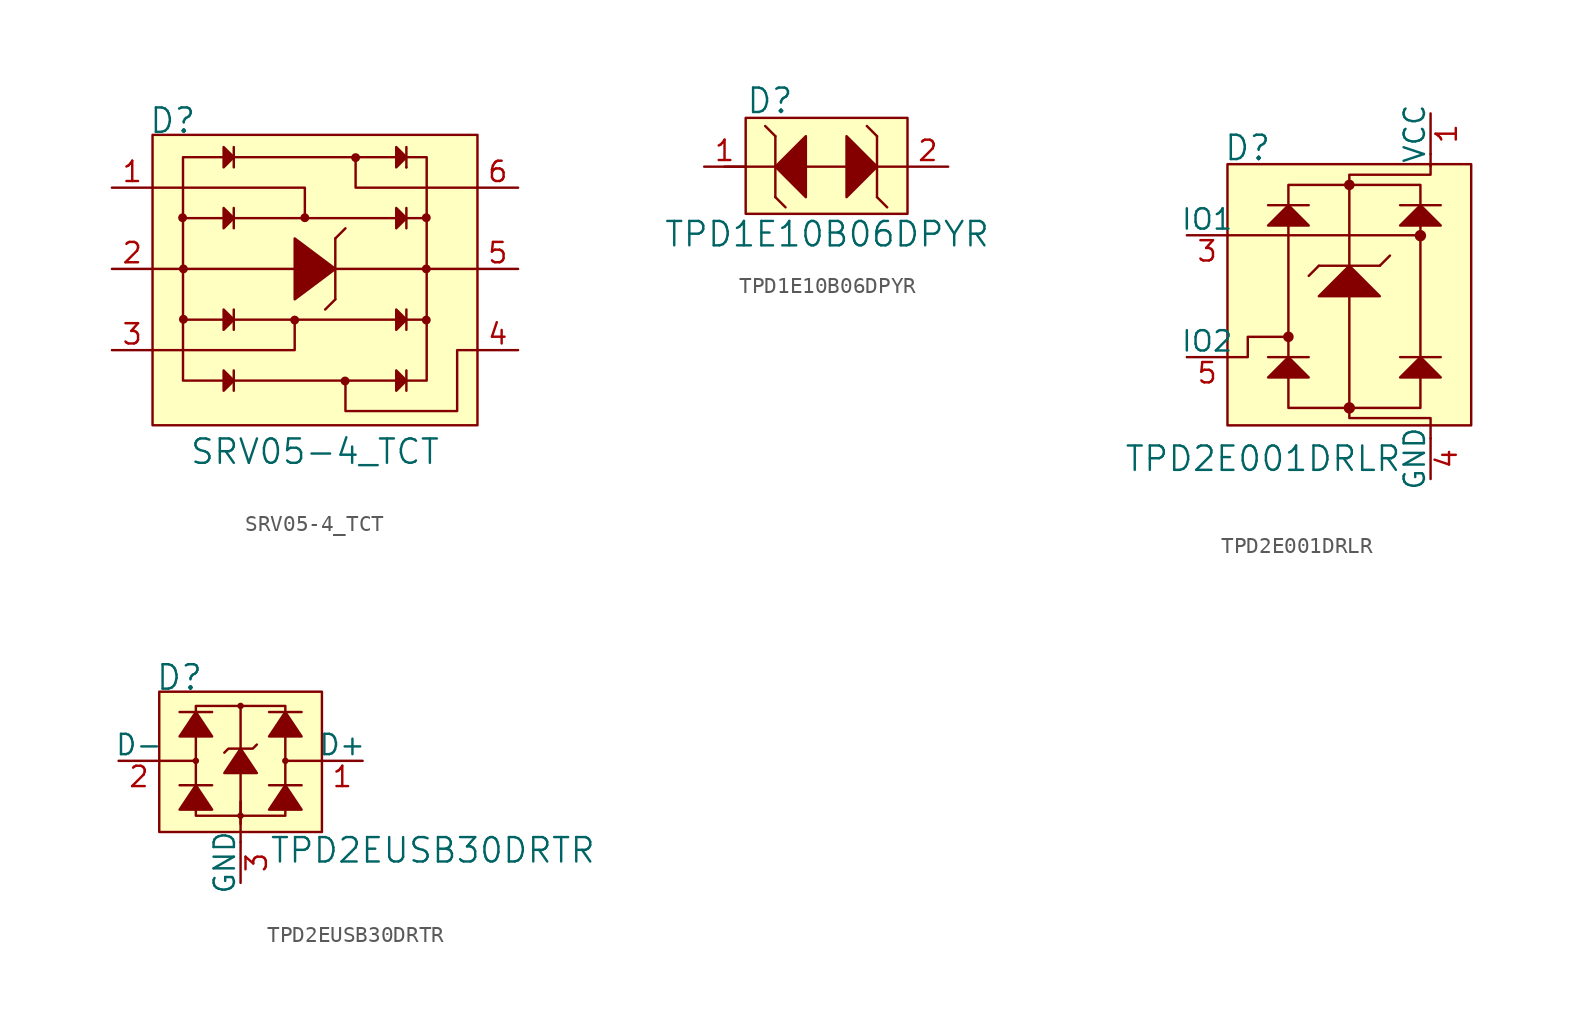
<source format=kicad_sym>
(kicad_symbol_lib
  (version 20201005)
  (generator kicad_symbol_editor)
  (symbol "SRV05-4_TCT"
    (pin_names
      (offset 1.016))
    (property "Reference" "D"
      (at -10.414 9.271 0)
      (effects (font (size 1.524 1.524)) (justify left)))
    (property "Value" "SRV05-4_TCT"
      (at 0 -11.43 0)
      (effects (font (size 1.524 1.524))))
    (symbol "SRV05-4_TCT_0_1"
      (circle (center -8.28 3.2) (radius 0.203) (stroke (width 0)) (fill (type outline)))
      (circle (center -8.23 -3.15) (radius 0.203) (stroke (width 0)) (fill (type outline)))
      (circle (center -8.23 0) (radius 0.203) (stroke (width 0)) (fill (type outline)))
      (circle (center -1.27 -3.2) (radius 0.203) (stroke (width 0)) (fill (type outline)))
      (circle (center -0.635 3.2) (radius 0.203) (stroke (width 0)) (fill (type outline)))
      (circle (center 1.88 -7.01) (radius 0.203) (stroke (width 0)) (fill (type outline)))
      (circle (center 2.54 6.96) (radius 0.203) (stroke (width 0)) (fill (type outline)))
      (circle (center 6.96 -3.2) (radius 0.203) (stroke (width 0)) (fill (type outline)))
      (circle (center 6.96 0) (radius 0.203) (stroke (width 0)) (fill (type outline)))
      (circle (center 6.96 3.2) (radius 0.203) (stroke (width 0)) (fill (type outline)))
      (rectangle (start -10.16 8.382) (end 10.16 -9.779) (stroke (width 0)) (fill (type background)))
      (polyline (pts (xy -5.715 -3.175) (xy -8.255 -3.175)) (stroke (width 0)) (fill (type none)))
      (polyline (pts (xy -5.715 3.175) (xy -8.255 3.175)) (stroke (width 0)) (fill (type none)))
      (polyline (pts (xy -5.08 -6.985) (xy 5.08 -6.985)) (stroke (width 0)) (fill (type none)))
      (polyline (pts (xy -5.08 -6.35) (xy -5.08 -7.62)) (stroke (width 0)) (fill (type none)))
      (polyline (pts (xy -5.08 -3.175) (xy 5.08 -3.175)) (stroke (width 0)) (fill (type none)))
      (polyline (pts (xy -5.08 -2.54) (xy -5.08 -3.81)) (stroke (width 0)) (fill (type none)))
      (polyline (pts (xy -5.08 3.175) (xy 5.08 3.175)) (stroke (width 0)) (fill (type none)))
      (polyline (pts (xy -5.08 3.81) (xy -5.08 2.54)) (stroke (width 0)) (fill (type none)))
      (polyline (pts (xy -5.08 6.985) (xy 5.08 6.985)) (stroke (width 0)) (fill (type none)))
      (polyline (pts (xy -5.08 7.62) (xy -5.08 6.35)) (stroke (width 0)) (fill (type none)))
      (polyline (pts (xy 1.27 -1.905) (xy 0.635 -2.54)) (stroke (width 0)) (fill (type none)))
      (polyline (pts (xy 1.27 1.905) (xy 1.27 -1.905)) (stroke (width 0)) (fill (type none)))
      (polyline (pts (xy 1.27 1.905) (xy 1.905 2.54)) (stroke (width 0)) (fill (type none)))
      (polyline (pts (xy 5.715 -6.35) (xy 5.715 -7.62)) (stroke (width 0)) (fill (type none)))
      (polyline (pts (xy 5.715 -3.175) (xy 6.985 -3.175)) (stroke (width 0)) (fill (type none)))
      (polyline (pts (xy 5.715 -2.54) (xy 5.715 -3.81)) (stroke (width 0)) (fill (type none)))
      (polyline (pts (xy 5.715 3.175) (xy 6.985 3.175)) (stroke (width 0)) (fill (type none)))
      (polyline (pts (xy 5.715 3.81) (xy 5.715 2.54)) (stroke (width 0)) (fill (type none)))
      (polyline (pts (xy 5.715 6.35) (xy 5.715 6.35)) (stroke (width 0)) (fill (type none)))
      (polyline (pts (xy 5.715 7.62) (xy 5.715 6.35)) (stroke (width 0)) (fill (type none)))
      (polyline (pts (xy 6.985 0) (xy 1.27 0)) (stroke (width 0)) (fill (type none)))
      (polyline (pts (xy 6.985 3.175) (xy 6.985 3.175)) (stroke (width 0)) (fill (type none)))
      (polyline (pts (xy 10.16 0) (xy 6.985 0)) (stroke (width 0)) (fill (type none)))
      (polyline (pts (xy -10.16 -5.08) (xy -1.27 -5.08) (xy -1.27 -3.175)) (stroke (width 0)) (fill (type none)))
      (polyline (pts (xy -10.16 0) (xy -8.255 0) (xy -1.27 0)) (stroke (width 0)) (fill (type none)))
      (polyline (pts (xy -10.16 5.08) (xy -0.635 5.08) (xy -0.635 3.175)) (stroke (width 0)) (fill (type none)))
      (polyline (pts (xy 10.16 5.08) (xy 2.54 5.08) (xy 2.54 6.985)) (stroke (width 0)) (fill (type none)))
      (polyline (pts (xy -5.715 -6.35) (xy -5.715 -7.62) (xy -5.08 -6.985) (xy -5.715 -6.35)) (stroke (width 0)) (fill (type outline)))
      (polyline (pts (xy -5.715 -2.54) (xy -5.715 -3.81) (xy -5.08 -3.175) (xy -5.715 -2.54)) (stroke (width 0)) (fill (type outline)))
      (polyline (pts (xy -5.715 3.81) (xy -5.715 2.54) (xy -5.08 3.175) (xy -5.715 3.81)) (stroke (width 0)) (fill (type outline)))
      (polyline (pts (xy -5.715 6.985) (xy -8.255 6.985) (xy -8.255 -6.985) (xy -5.715 -6.985)) (stroke (width 0)) (fill (type none)))
      (polyline (pts (xy -5.715 7.62) (xy -5.715 6.35) (xy -5.08 6.985) (xy -5.715 7.62)) (stroke (width 0)) (fill (type outline)))
      (polyline (pts (xy -1.27 1.905) (xy -1.27 -1.905) (xy 1.27 0) (xy -1.27 1.905)) (stroke (width 0)) (fill (type outline)))
      (polyline (pts (xy 5.08 -6.35) (xy 5.08 -7.62) (xy 5.715 -6.985) (xy 5.08 -6.35)) (stroke (width 0)) (fill (type outline)))
      (polyline (pts (xy 5.08 -2.54) (xy 5.08 -3.81) (xy 5.715 -3.175) (xy 5.08 -2.54)) (stroke (width 0)) (fill (type outline)))
      (polyline (pts (xy 5.08 3.81) (xy 5.08 2.54) (xy 5.715 3.175) (xy 5.08 3.81)) (stroke (width 0)) (fill (type outline)))
      (polyline (pts (xy 5.08 7.62) (xy 5.08 6.35) (xy 5.715 6.985) (xy 5.08 7.62)) (stroke (width 0)) (fill (type outline)))
      (polyline (pts (xy 5.715 6.985) (xy 6.985 6.985) (xy 6.985 -6.985) (xy 5.715 -6.985)) (stroke (width 0)) (fill (type none)))
      (polyline (pts (xy 10.16 -5.08) (xy 8.89 -5.08) (xy 8.89 -8.89) (xy 1.905 -8.89) (xy 1.905 -6.985)) (stroke (width 0)) (fill (type none))))
    (symbol "SRV05-4_TCT_1_1"
      (pin passive line (at -12.7 5.08 0) (length 2.54) (name "~" (effects (font (size 1.27 1.27)))) (number "1" (effects (font (size 1.27 1.27)))))
      (pin passive line (at -12.7 0 0) (length 2.54) (name "~" (effects (font (size 1.27 1.27)))) (number "2" (effects (font (size 1.27 1.27)))))
      (pin passive line (at -12.7 -5.08 0) (length 2.54) (name "~" (effects (font (size 1.27 1.27)))) (number "3" (effects (font (size 1.27 1.27)))))
      (pin passive line (at 12.7 -5.08 180) (length 2.54) (name "~" (effects (font (size 1.27 1.27)))) (number "4" (effects (font (size 1.27 1.27)))))
      (pin passive line (at 12.7 0 180) (length 2.54) (name "~" (effects (font (size 1.27 1.27)))) (number "5" (effects (font (size 1.27 1.27)))))
      (pin passive line (at 12.7 5.08 180) (length 2.54) (name "~" (effects (font (size 1.27 1.27)))) (number "6" (effects (font (size 1.27 1.27)))))))
  (symbol "TPD1E10B06DPYR"
    (pin_names
      (offset 1.016))
    (property "Reference" "D"
      (at -5.029 4.115 0)
      (effects (font (size 1.524 1.524)) (justify left)))
    (property "Value" "TPD1E10B06DPYR"
      (at 0.051 -4.216 0)
      (effects (font (size 1.524 1.524))))
    (symbol "TPD1E10B06DPYR_0_1"
      (rectangle (start -5.029 3.048) (end 5.08 -2.946) (stroke (width 0)) (fill (type background)))
      (polyline (pts (xy -3.175 -1.905) (xy -2.54 -2.54)) (stroke (width 0)) (fill (type none)))
      (polyline (pts (xy -3.175 0) (xy -6.35 0)) (stroke (width 0)) (fill (type none)))
      (polyline (pts (xy -3.175 1.905) (xy -3.81 2.54)) (stroke (width 0)) (fill (type none)))
      (polyline (pts (xy -3.175 1.905) (xy -3.175 -1.905)) (stroke (width 0)) (fill (type none)))
      (polyline (pts (xy 2.54 0) (xy -2.54 0)) (stroke (width 0)) (fill (type none)))
      (polyline (pts (xy 2.54 0) (xy 5.08 0)) (stroke (width 0)) (fill (type none)))
      (polyline (pts (xy 3.175 -1.905) (xy 3.81 -2.54)) (stroke (width 0)) (fill (type none)))
      (polyline (pts (xy 3.175 1.905) (xy 2.54 2.54)) (stroke (width 0)) (fill (type none)))
      (polyline (pts (xy 3.175 1.905) (xy 3.175 -1.905)) (stroke (width 0)) (fill (type none)))
      (polyline (pts (xy -1.27 -1.905) (xy -1.27 1.905) (xy -3.175 0) (xy -1.27 -1.905)) (stroke (width 0)) (fill (type outline)))
      (polyline (pts (xy 1.27 1.905) (xy 1.27 -1.905) (xy 3.175 0) (xy 1.27 1.905)) (stroke (width 0)) (fill (type outline))))
    (symbol "TPD1E10B06DPYR_1_1"
      (pin passive line (at -7.62 0 0) (length 2.54) (name "~" (effects (font (size 1.27 1.27)))) (number "1" (effects (font (size 1.27 1.27)))))
      (pin passive line (at 7.62 0 180) (length 2.54) (name "~" (effects (font (size 1.27 1.27)))) (number "2" (effects (font (size 1.27 1.27)))))))
  (symbol "TPD2E001DRLR"
    (pin_names
      (offset 0))
    (property "Reference" "D"
      (at -7.874 8.001 0)
      (effects (font (size 1.524 1.524)) (justify left)))
    (property "Value" "TPD2E001DRLR"
      (at 3.302 -11.43 0)
      (effects (font (size 1.524 1.524)) (justify right)))
    (symbol "TPD2E001DRLR_0_1"
      (circle (center -3.81 -3.81) (radius 0.254) (stroke (width 0)) (fill (type outline)))
      (circle (center 0 -8.255) (radius 0.279) (stroke (width 0)) (fill (type outline)))
      (circle (center 0 5.69) (radius 0.254) (stroke (width 0)) (fill (type outline)))
      (circle (center 4.445 2.515) (radius 0.279) (stroke (width 0)) (fill (type outline)))
      (rectangle (start -7.62 6.985) (end 7.62 -9.347) (stroke (width 0)) (fill (type background)))
      (polyline (pts (xy -5.08 -5.08) (xy -2.54 -5.08)) (stroke (width 0)) (fill (type none)))
      (polyline (pts (xy -5.08 4.42) (xy -2.54 4.42)) (stroke (width 0)) (fill (type none)))
      (polyline (pts (xy -3.81 -5.74) (xy -3.81 3.15)) (stroke (width 0)) (fill (type none)))
      (polyline (pts (xy -1.905 0.635) (xy -2.54 0)) (stroke (width 0)) (fill (type none)))
      (polyline (pts (xy -1.905 0.635) (xy 1.905 0.635)) (stroke (width 0)) (fill (type none)))
      (polyline (pts (xy 0 -8.255) (xy 0 -1.27)) (stroke (width 0)) (fill (type none)))
      (polyline (pts (xy 0 -0.025) (xy 0 5.69)) (stroke (width 0)) (fill (type none)))
      (polyline (pts (xy 1.905 0.635) (xy 2.54 1.27)) (stroke (width 0)) (fill (type none)))
      (polyline (pts (xy 3.175 -5.08) (xy 5.715 -5.08)) (stroke (width 0)) (fill (type none)))
      (polyline (pts (xy 3.175 4.42) (xy 5.715 4.42)) (stroke (width 0)) (fill (type none)))
      (polyline (pts (xy 4.445 -5.74) (xy 4.445 3.15)) (stroke (width 0)) (fill (type none)))
      (polyline (pts (xy 4.445 2.54) (xy -7.62 2.54)) (stroke (width 0)) (fill (type none)))
      (polyline (pts (xy 5.08 7.62) (xy 5.08 6.858)) (stroke (width 0)) (fill (type none)))
      (polyline (pts (xy -5.08 -6.35) (xy -2.54 -6.35) (xy -3.81 -5.08) (xy -5.08 -6.35)) (stroke (width 0)) (fill (type outline)))
      (polyline (pts (xy -5.08 3.15) (xy -2.54 3.15) (xy -3.81 4.42) (xy -5.08 3.15)) (stroke (width 0)) (fill (type outline)))
      (polyline (pts (xy -3.81 -3.81) (xy -6.35 -3.81) (xy -6.35 -5.08) (xy -7.62 -5.08)) (stroke (width 0)) (fill (type none)))
      (polyline (pts (xy -1.905 -1.27) (xy 1.905 -1.27) (xy 0 0.635) (xy -1.905 -1.27)) (stroke (width 0)) (fill (type outline)))
      (polyline (pts (xy 0 -8.255) (xy 0 -8.89) (xy 5.08 -8.89) (xy 5.08 -10.16)) (stroke (width 0)) (fill (type none)))
      (polyline (pts (xy 0 5.69) (xy 0 6.325) (xy 5.08 6.325) (xy 5.08 6.96)) (stroke (width 0)) (fill (type none)))
      (polyline (pts (xy 3.175 -6.35) (xy 5.715 -6.35) (xy 4.445 -5.08) (xy 3.175 -6.35)) (stroke (width 0)) (fill (type outline)))
      (polyline (pts (xy 3.175 3.15) (xy 5.715 3.15) (xy 4.445 4.42) (xy 3.175 3.15)) (stroke (width 0)) (fill (type outline)))
      (polyline (pts (xy 4.445 -6.35) (xy 4.445 -8.255) (xy -3.81 -8.255) (xy -3.81 -6.35)) (stroke (width 0)) (fill (type none)))
      (polyline (pts (xy 4.445 4.42) (xy 4.445 5.69) (xy -3.81 5.69) (xy -3.81 4.42)) (stroke (width 0)) (fill (type none))))
    (symbol "TPD2E001DRLR_1_1"
      (pin power_in line (at 5.08 10.16 270) (length 2.54) (name "VCC" (effects (font (size 1.27 1.27)))) (number "1" (effects (font (size 1.27 1.27)))))
      (pin bidirectional line (at -2.54 -10.16 90) (length 2.54) hide (name "N.C." (effects (font (size 1.27 1.27)))) (number "2" (effects (font (size 1.27 1.27)))))
      (pin passive line (at -10.16 2.54 0) (length 2.54) (name "IO1" (effects (font (size 1.27 1.27)))) (number "3" (effects (font (size 1.27 1.27)))))
      (pin power_in line (at 5.08 -12.7 90) (length 2.54) (name "GND" (effects (font (size 1.27 1.27)))) (number "4" (effects (font (size 1.27 1.27)))))
      (pin passive line (at -10.16 -5.08 0) (length 2.54) (name "IO2" (effects (font (size 1.27 1.27)))) (number "5" (effects (font (size 1.27 1.27)))))))
  (symbol "TPD2EUSB30DRTR"
    (pin_names
      (offset 0))
    (property "Reference" "D"
      (at -5.334 5.207 0)
      (effects (font (size 1.524 1.524)) (justify left)))
    (property "Value" "TPD2EUSB30DRTR"
      (at 1.778 -5.588 0)
      (effects (font (size 1.524 1.524)) (justify left)))
    (symbol "TPD2EUSB30DRTR_1_1"
      (circle (center -2.794 0) (radius 0.127) (stroke (width 0)) (fill (type none)))
      (circle (center 0 -3.429) (radius 0.127) (stroke (width 0)) (fill (type none)))
      (circle (center 0 3.429) (radius 0.127) (stroke (width 0)) (fill (type none)))
      (circle (center 2.794 0) (radius 0.127) (stroke (width 0)) (fill (type none)))
      (rectangle (start -5.08 4.318) (end 5.08 -4.445) (stroke (width 0)) (fill (type background)))
      (polyline (pts (xy -5.08 0) (xy -2.794 0)) (stroke (width 0)) (fill (type none)))
      (polyline (pts (xy -2.794 -1.524) (xy -3.81 -1.524)) (stroke (width 0)) (fill (type none)))
      (polyline (pts (xy -2.794 -1.524) (xy -1.778 -1.524)) (stroke (width 0)) (fill (type none)))
      (polyline (pts (xy -2.794 3.048) (xy -3.81 3.048)) (stroke (width 0)) (fill (type none)))
      (polyline (pts (xy -2.794 3.048) (xy -1.778 3.048)) (stroke (width 0)) (fill (type none)))
      (polyline (pts (xy 0 -5.08) (xy 0 -2.54)) (stroke (width 0)) (fill (type none)))
      (polyline (pts (xy 0 -0.762) (xy 0 -3.937)) (stroke (width 0)) (fill (type none)))
      (polyline (pts (xy 0 0.762) (xy 0 3.429)) (stroke (width 0)) (fill (type none)))
      (polyline (pts (xy 2.794 -1.524) (xy 1.778 -1.524)) (stroke (width 0)) (fill (type none)))
      (polyline (pts (xy 2.794 -1.524) (xy 3.81 -1.524)) (stroke (width 0)) (fill (type none)))
      (polyline (pts (xy 2.794 3.048) (xy 1.778 3.048)) (stroke (width 0)) (fill (type none)))
      (polyline (pts (xy 2.794 3.048) (xy 3.81 3.048)) (stroke (width 0)) (fill (type none)))
      (polyline (pts (xy 5.08 0) (xy 2.794 0)) (stroke (width 0)) (fill (type none)))
      (polyline (pts (xy 0 0.762) (xy -0.762 0.762) (xy -1.016 0.508)) (stroke (width 0)) (fill (type none)))
      (polyline (pts (xy 0 0.762) (xy 0.762 0.762) (xy 1.016 1.016)) (stroke (width 0)) (fill (type none)))
      (polyline (pts (xy -2.794 -1.524) (xy -3.81 -3.048) (xy -1.778 -3.048) (xy -2.794 -1.524)) (stroke (width 0)) (fill (type outline)))
      (polyline (pts (xy -2.794 3.048) (xy -3.81 1.524) (xy -1.778 1.524) (xy -2.794 3.048)) (stroke (width 0)) (fill (type outline)))
      (polyline (pts (xy -2.794 3.048) (xy -2.794 3.429) (xy 2.794 3.429) (xy 2.794 3.048)) (stroke (width 0)) (fill (type none)))
      (polyline (pts (xy 0 0.762) (xy -1.016 -0.762) (xy 1.016 -0.762) (xy 0 0.762)) (stroke (width 0)) (fill (type outline)))
      (polyline (pts (xy 2.794 -1.524) (xy 1.778 -3.048) (xy 3.81 -3.048) (xy 2.794 -1.524)) (stroke (width 0)) (fill (type outline)))
      (polyline (pts (xy 2.794 3.048) (xy 1.778 1.524) (xy 3.81 1.524) (xy 2.794 3.048)) (stroke (width 0)) (fill (type outline)))
      (polyline (pts (xy 2.794 3.048) (xy 2.794 -3.429) (xy -2.794 -3.429) (xy -2.794 3.048)) (stroke (width 0)) (fill (type none)))
      (pin passive line (at 7.62 0 180) (length 2.54) (name "D+" (effects (font (size 1.27 1.27)))) (number "1" (effects (font (size 1.27 1.27)))))
      (pin passive line (at -7.62 0 0) (length 2.54) (name "D-" (effects (font (size 1.27 1.27)))) (number "2" (effects (font (size 1.27 1.27)))))
      (pin power_in line (at 0 -7.62 90) (length 2.54) (name "GND" (effects (font (size 1.27 1.27)))) (number "3" (effects (font (size 1.27 1.27))))))))
</source>
